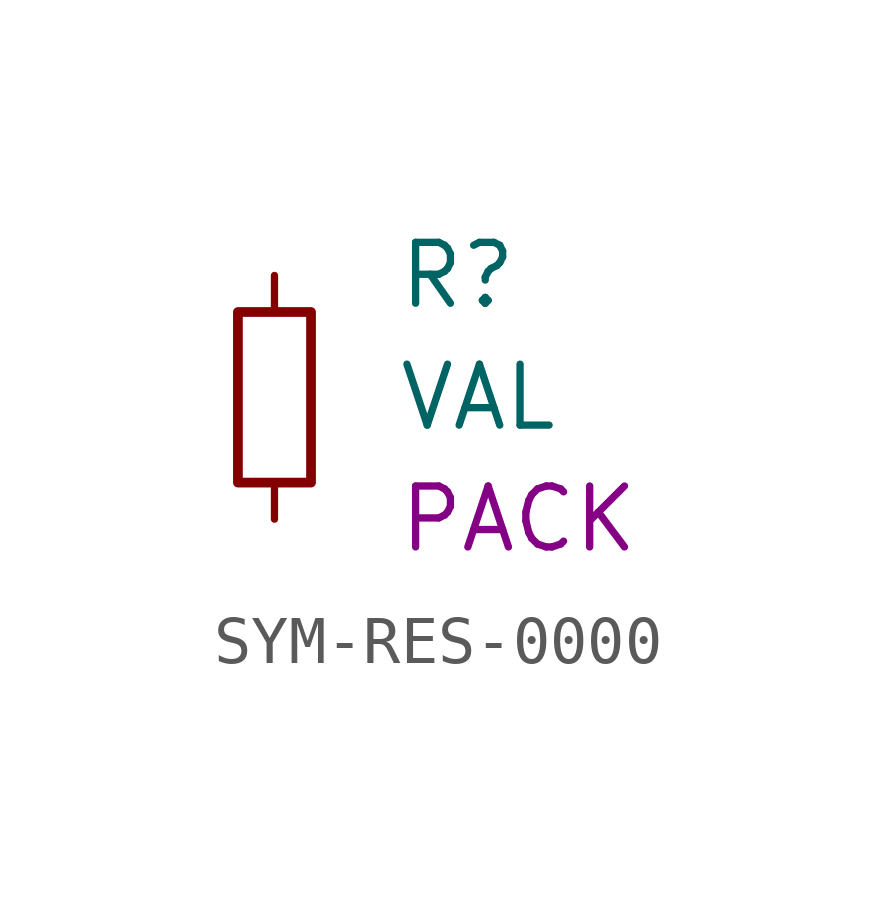
<source format=kicad_sym>
(kicad_symbol_lib
  (version 20241209)
  (generator "kicad_symbol_editor")
  (generator_version "9.0")
  (symbol "SYM-RES-0000"
    (pin_numbers
      (hide yes))
    (pin_names
      (offset 0.254)
      (hide yes))
    (property "Reference" "R"
      (at 2.54 2.54 0)
      (effects (font (size 1.27 1.27)) (justify left)))
    (property "Value" "VAL"
      (at 2.54 0 0)
      (effects (font (size 1.27 1.27)) (justify left)))
    (property "Package" "PACK"
      (at 2.54 -2.54 0)
      (effects (font (size 1.27 1.27)) (justify left)))
    (symbol "SYM-RES-0000_0_1"
      (rectangle (start -0.762 1.778) (end 0.762 -1.778) (stroke (width 0.203) (type default)) (fill (type none))))
    (symbol "SYM-RES-0000_1_1"
      (pin passive line (at 0 2.54 270) (length 0.762) (name "~" (effects (font (size 1.27 1.27)))) (number "1" (effects (font (size 1.27 1.27)))))
      (pin passive line (at 0 -2.54 90) (length 0.762) (name "~" (effects (font (size 1.27 1.27)))) (number "2" (effects (font (size 1.27 1.27))))))))
</source>
